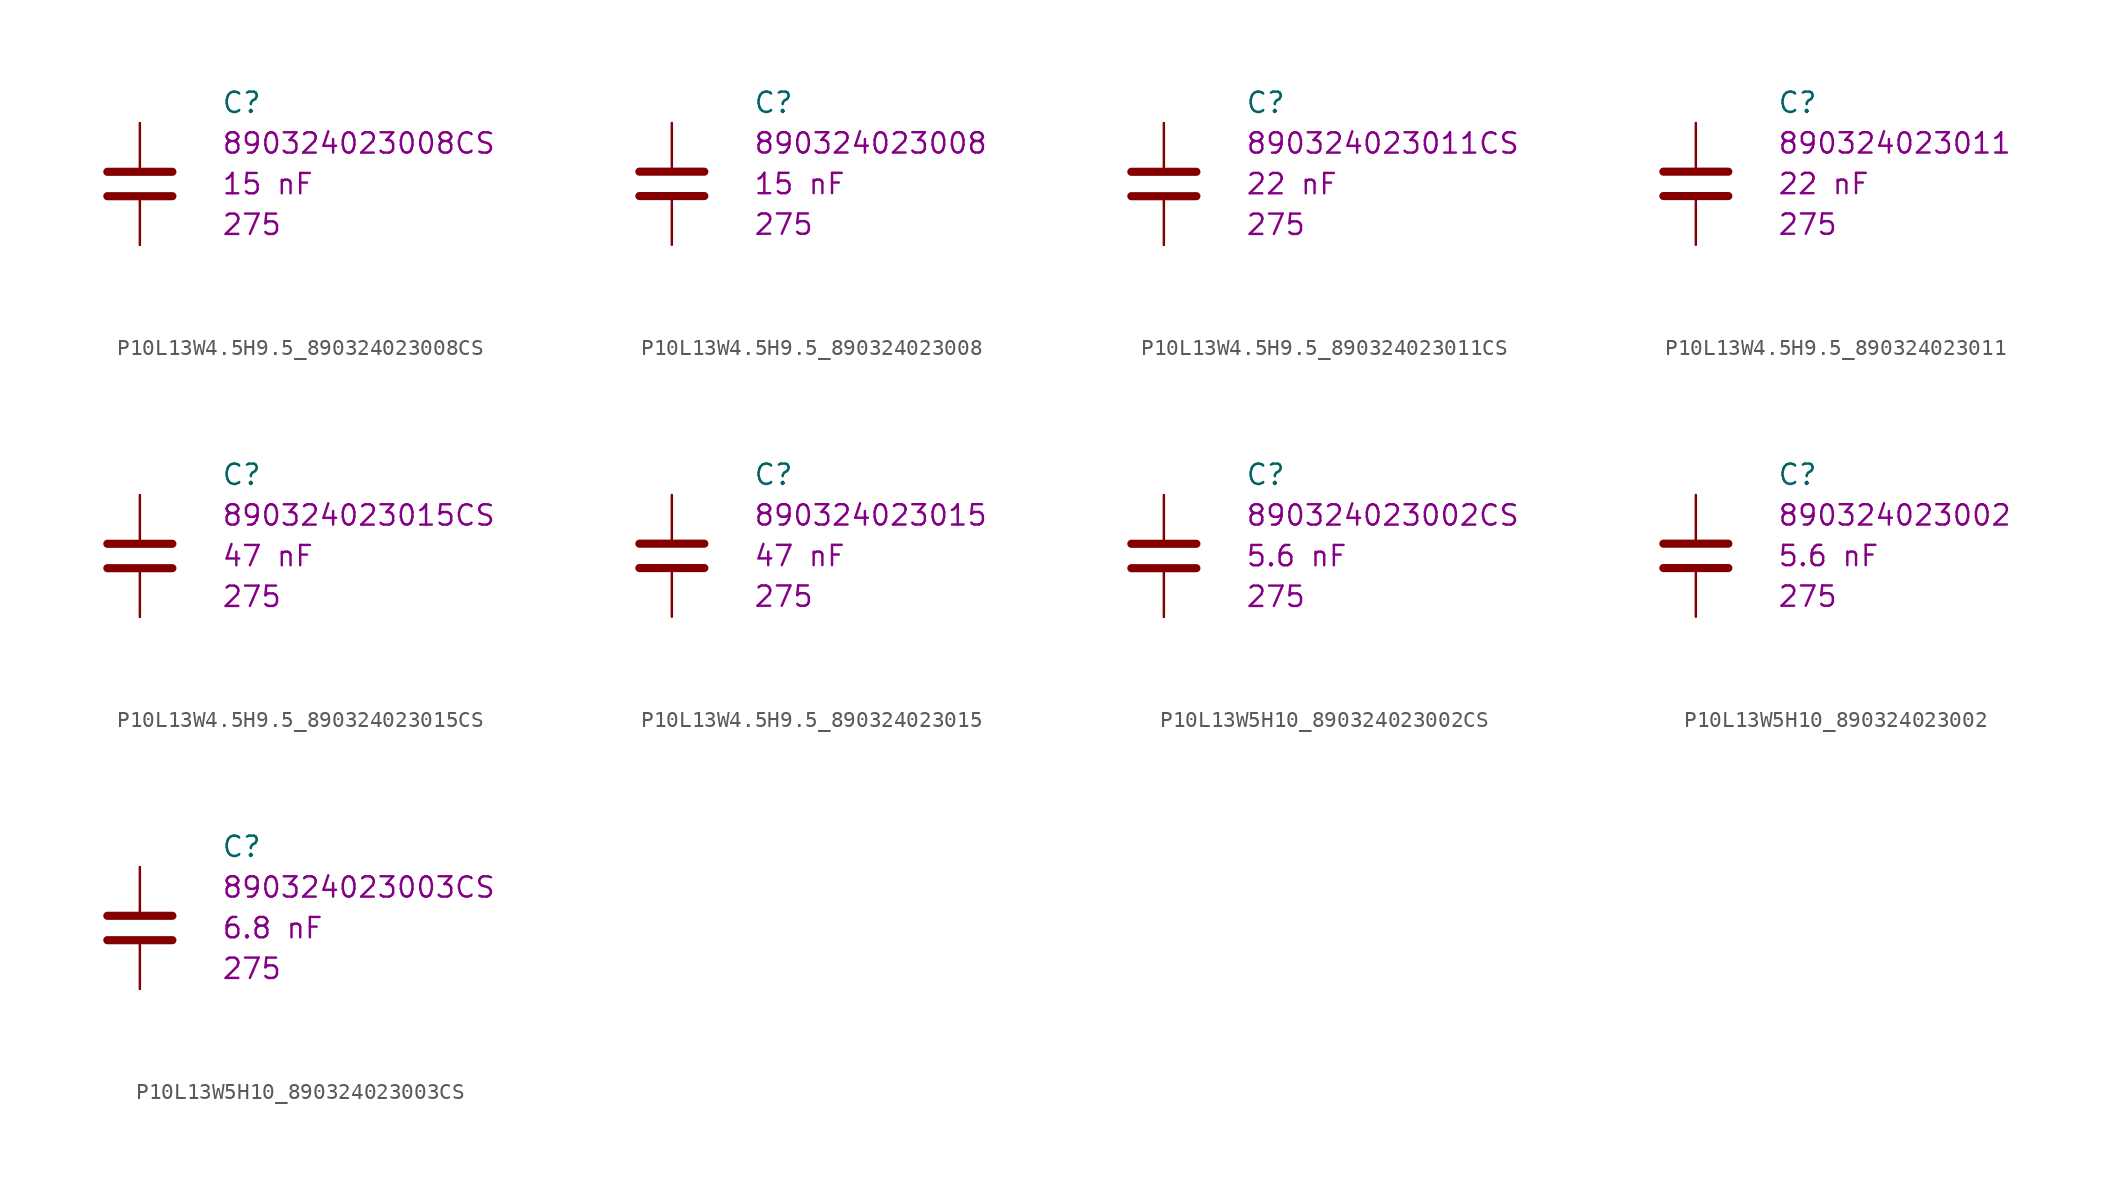
<source format=kicad_sym>
(kicad_symbol_lib
  (version 20220914)
  (generator kicad_symbol_editor)
  (symbol "P10L13W4.5H9.5_890324023008CS"
    (pin_numbers hide)
    (pin_names hide)
    (property "Reference" "C"
      (at 5.08 5.08 0)
      (effects (font (size 1.27 1.27)) (justify left)))
    (property "Part Number" "890324023008CS"
      (at 5.08 2.54 0)
      (effects (font (size 1.27 1.27)) (justify left)))
    (property "Capacitance" "15 nF"
      (at 5.08 0 0)
      (effects (font (size 1.27 1.27)) (justify left)))
    (property "Voltage" "275"
      (at 5.08 -2.54 0)
      (effects (font (size 1.27 1.27)) (justify left)))
    (property "Critical Parameter" ""
      (at 0 -7.62 0)
      (effects (font (size 1.27 1.27))))
    (symbol "P10L13W4.5H9.5_890324023008CS_0_1"
      (polyline (pts (xy -2.032 -0.762) (xy 2.032 -0.762)) (stroke (width 0.508) (type default)) (fill (type none)))
      (polyline (pts (xy -2.032 0.762) (xy 2.032 0.762)) (stroke (width 0.508) (type default)) (fill (type none))))
    (symbol "P10L13W4.5H9.5_890324023008CS_1_1"
      (pin passive line (at 0 3.81 270) (length 2.794) (name "1" (effects (font (size 1.27 1.27)))) (number "1" (effects (font (size 1.27 1.27)))))
      (pin passive line (at 0 -3.81 90) (length 2.794) (name "2" (effects (font (size 1.27 1.27)))) (number "2" (effects (font (size 1.27 1.27)))))))
  (symbol "P10L13W4.5H9.5_890324023008"
    (pin_numbers hide)
    (pin_names hide)
    (property "Reference" "C"
      (at 5.08 5.08 0)
      (effects (font (size 1.27 1.27)) (justify left)))
    (property "Part Number" "890324023008"
      (at 5.08 2.54 0)
      (effects (font (size 1.27 1.27)) (justify left)))
    (property "Capacitance" "15 nF"
      (at 5.08 0 0)
      (effects (font (size 1.27 1.27)) (justify left)))
    (property "Voltage" "275"
      (at 5.08 -2.54 0)
      (effects (font (size 1.27 1.27)) (justify left)))
    (property "Critical Parameter" ""
      (at 0 -7.62 0)
      (effects (font (size 1.27 1.27))))
    (symbol "P10L13W4.5H9.5_890324023008_0_1"
      (polyline (pts (xy -2.032 -0.762) (xy 2.032 -0.762)) (stroke (width 0.508) (type default)) (fill (type none)))
      (polyline (pts (xy -2.032 0.762) (xy 2.032 0.762)) (stroke (width 0.508) (type default)) (fill (type none))))
    (symbol "P10L13W4.5H9.5_890324023008_1_1"
      (pin passive line (at 0 3.81 270) (length 2.794) (name "1" (effects (font (size 1.27 1.27)))) (number "1" (effects (font (size 1.27 1.27)))))
      (pin passive line (at 0 -3.81 90) (length 2.794) (name "2" (effects (font (size 1.27 1.27)))) (number "2" (effects (font (size 1.27 1.27)))))))
  (symbol "P10L13W4.5H9.5_890324023011CS"
    (pin_numbers hide)
    (pin_names hide)
    (property "Reference" "C"
      (at 5.08 5.08 0)
      (effects (font (size 1.27 1.27)) (justify left)))
    (property "Part Number" "890324023011CS"
      (at 5.08 2.54 0)
      (effects (font (size 1.27 1.27)) (justify left)))
    (property "Capacitance" "22 nF"
      (at 5.08 0 0)
      (effects (font (size 1.27 1.27)) (justify left)))
    (property "Voltage" "275"
      (at 5.08 -2.54 0)
      (effects (font (size 1.27 1.27)) (justify left)))
    (property "Critical Parameter" ""
      (at 0 -7.62 0)
      (effects (font (size 1.27 1.27))))
    (symbol "P10L13W4.5H9.5_890324023011CS_0_1"
      (polyline (pts (xy -2.032 -0.762) (xy 2.032 -0.762)) (stroke (width 0.508) (type default)) (fill (type none)))
      (polyline (pts (xy -2.032 0.762) (xy 2.032 0.762)) (stroke (width 0.508) (type default)) (fill (type none))))
    (symbol "P10L13W4.5H9.5_890324023011CS_1_1"
      (pin passive line (at 0 3.81 270) (length 2.794) (name "1" (effects (font (size 1.27 1.27)))) (number "1" (effects (font (size 1.27 1.27)))))
      (pin passive line (at 0 -3.81 90) (length 2.794) (name "2" (effects (font (size 1.27 1.27)))) (number "2" (effects (font (size 1.27 1.27)))))))
  (symbol "P10L13W4.5H9.5_890324023011"
    (pin_numbers hide)
    (pin_names hide)
    (property "Reference" "C"
      (at 5.08 5.08 0)
      (effects (font (size 1.27 1.27)) (justify left)))
    (property "Part Number" "890324023011"
      (at 5.08 2.54 0)
      (effects (font (size 1.27 1.27)) (justify left)))
    (property "Capacitance" "22 nF"
      (at 5.08 0 0)
      (effects (font (size 1.27 1.27)) (justify left)))
    (property "Voltage" "275"
      (at 5.08 -2.54 0)
      (effects (font (size 1.27 1.27)) (justify left)))
    (property "Critical Parameter" ""
      (at 0 -7.62 0)
      (effects (font (size 1.27 1.27))))
    (symbol "P10L13W4.5H9.5_890324023011_0_1"
      (polyline (pts (xy -2.032 -0.762) (xy 2.032 -0.762)) (stroke (width 0.508) (type default)) (fill (type none)))
      (polyline (pts (xy -2.032 0.762) (xy 2.032 0.762)) (stroke (width 0.508) (type default)) (fill (type none))))
    (symbol "P10L13W4.5H9.5_890324023011_1_1"
      (pin passive line (at 0 3.81 270) (length 2.794) (name "1" (effects (font (size 1.27 1.27)))) (number "1" (effects (font (size 1.27 1.27)))))
      (pin passive line (at 0 -3.81 90) (length 2.794) (name "2" (effects (font (size 1.27 1.27)))) (number "2" (effects (font (size 1.27 1.27)))))))
  (symbol "P10L13W4.5H9.5_890324023015CS"
    (pin_numbers hide)
    (pin_names hide)
    (property "Reference" "C"
      (at 5.08 5.08 0)
      (effects (font (size 1.27 1.27)) (justify left)))
    (property "Part Number" "890324023015CS"
      (at 5.08 2.54 0)
      (effects (font (size 1.27 1.27)) (justify left)))
    (property "Capacitance" "47 nF"
      (at 5.08 0 0)
      (effects (font (size 1.27 1.27)) (justify left)))
    (property "Voltage" "275"
      (at 5.08 -2.54 0)
      (effects (font (size 1.27 1.27)) (justify left)))
    (property "Critical Parameter" ""
      (at 0 -7.62 0)
      (effects (font (size 1.27 1.27))))
    (symbol "P10L13W4.5H9.5_890324023015CS_0_1"
      (polyline (pts (xy -2.032 -0.762) (xy 2.032 -0.762)) (stroke (width 0.508) (type default)) (fill (type none)))
      (polyline (pts (xy -2.032 0.762) (xy 2.032 0.762)) (stroke (width 0.508) (type default)) (fill (type none))))
    (symbol "P10L13W4.5H9.5_890324023015CS_1_1"
      (pin passive line (at 0 3.81 270) (length 2.794) (name "1" (effects (font (size 1.27 1.27)))) (number "1" (effects (font (size 1.27 1.27)))))
      (pin passive line (at 0 -3.81 90) (length 2.794) (name "2" (effects (font (size 1.27 1.27)))) (number "2" (effects (font (size 1.27 1.27)))))))
  (symbol "P10L13W4.5H9.5_890324023015"
    (pin_numbers hide)
    (pin_names hide)
    (property "Reference" "C"
      (at 5.08 5.08 0)
      (effects (font (size 1.27 1.27)) (justify left)))
    (property "Part Number" "890324023015"
      (at 5.08 2.54 0)
      (effects (font (size 1.27 1.27)) (justify left)))
    (property "Capacitance" "47 nF"
      (at 5.08 0 0)
      (effects (font (size 1.27 1.27)) (justify left)))
    (property "Voltage" "275"
      (at 5.08 -2.54 0)
      (effects (font (size 1.27 1.27)) (justify left)))
    (property "Critical Parameter" ""
      (at 0 -7.62 0)
      (effects (font (size 1.27 1.27))))
    (symbol "P10L13W4.5H9.5_890324023015_0_1"
      (polyline (pts (xy -2.032 -0.762) (xy 2.032 -0.762)) (stroke (width 0.508) (type default)) (fill (type none)))
      (polyline (pts (xy -2.032 0.762) (xy 2.032 0.762)) (stroke (width 0.508) (type default)) (fill (type none))))
    (symbol "P10L13W4.5H9.5_890324023015_1_1"
      (pin passive line (at 0 3.81 270) (length 2.794) (name "1" (effects (font (size 1.27 1.27)))) (number "1" (effects (font (size 1.27 1.27)))))
      (pin passive line (at 0 -3.81 90) (length 2.794) (name "2" (effects (font (size 1.27 1.27)))) (number "2" (effects (font (size 1.27 1.27)))))))
  (symbol "P10L13W5H10_890324023002CS"
    (pin_numbers hide)
    (pin_names hide)
    (property "Reference" "C"
      (at 5.08 5.08 0)
      (effects (font (size 1.27 1.27)) (justify left)))
    (property "Part Number" "890324023002CS"
      (at 5.08 2.54 0)
      (effects (font (size 1.27 1.27)) (justify left)))
    (property "Capacitance" "5.6 nF"
      (at 5.08 0 0)
      (effects (font (size 1.27 1.27)) (justify left)))
    (property "Voltage" "275"
      (at 5.08 -2.54 0)
      (effects (font (size 1.27 1.27)) (justify left)))
    (property "Critical Parameter" ""
      (at 0 -7.62 0)
      (effects (font (size 1.27 1.27))))
    (symbol "P10L13W5H10_890324023002CS_0_1"
      (polyline (pts (xy -2.032 -0.762) (xy 2.032 -0.762)) (stroke (width 0.508) (type default)) (fill (type none)))
      (polyline (pts (xy -2.032 0.762) (xy 2.032 0.762)) (stroke (width 0.508) (type default)) (fill (type none))))
    (symbol "P10L13W5H10_890324023002CS_1_1"
      (pin passive line (at 0 3.81 270) (length 2.794) (name "1" (effects (font (size 1.27 1.27)))) (number "1" (effects (font (size 1.27 1.27)))))
      (pin passive line (at 0 -3.81 90) (length 2.794) (name "2" (effects (font (size 1.27 1.27)))) (number "2" (effects (font (size 1.27 1.27)))))))
  (symbol "P10L13W5H10_890324023002"
    (pin_numbers hide)
    (pin_names hide)
    (property "Reference" "C"
      (at 5.08 5.08 0)
      (effects (font (size 1.27 1.27)) (justify left)))
    (property "Part Number" "890324023002"
      (at 5.08 2.54 0)
      (effects (font (size 1.27 1.27)) (justify left)))
    (property "Capacitance" "5.6 nF"
      (at 5.08 0 0)
      (effects (font (size 1.27 1.27)) (justify left)))
    (property "Voltage" "275"
      (at 5.08 -2.54 0)
      (effects (font (size 1.27 1.27)) (justify left)))
    (property "Critical Parameter" ""
      (at 0 -7.62 0)
      (effects (font (size 1.27 1.27))))
    (symbol "P10L13W5H10_890324023002_0_1"
      (polyline (pts (xy -2.032 -0.762) (xy 2.032 -0.762)) (stroke (width 0.508) (type default)) (fill (type none)))
      (polyline (pts (xy -2.032 0.762) (xy 2.032 0.762)) (stroke (width 0.508) (type default)) (fill (type none))))
    (symbol "P10L13W5H10_890324023002_1_1"
      (pin passive line (at 0 3.81 270) (length 2.794) (name "1" (effects (font (size 1.27 1.27)))) (number "1" (effects (font (size 1.27 1.27)))))
      (pin passive line (at 0 -3.81 90) (length 2.794) (name "2" (effects (font (size 1.27 1.27)))) (number "2" (effects (font (size 1.27 1.27)))))))
  (symbol "P10L13W5H10_890324023003CS"
    (pin_numbers hide)
    (pin_names hide)
    (property "Reference" "C"
      (at 5.08 5.08 0)
      (effects (font (size 1.27 1.27)) (justify left)))
    (property "Part Number" "890324023003CS"
      (at 5.08 2.54 0)
      (effects (font (size 1.27 1.27)) (justify left)))
    (property "Capacitance" "6.8 nF"
      (at 5.08 0 0)
      (effects (font (size 1.27 1.27)) (justify left)))
    (property "Voltage" "275"
      (at 5.08 -2.54 0)
      (effects (font (size 1.27 1.27)) (justify left)))
    (property "Critical Parameter" ""
      (at 0 -7.62 0)
      (effects (font (size 1.27 1.27))))
    (symbol "P10L13W5H10_890324023003CS_0_1"
      (polyline (pts (xy -2.032 -0.762) (xy 2.032 -0.762)) (stroke (width 0.508) (type default)) (fill (type none)))
      (polyline (pts (xy -2.032 0.762) (xy 2.032 0.762)) (stroke (width 0.508) (type default)) (fill (type none))))
    (symbol "P10L13W5H10_890324023003CS_1_1"
      (pin passive line (at 0 3.81 270) (length 2.794) (name "1" (effects (font (size 1.27 1.27)))) (number "1" (effects (font (size 1.27 1.27)))))
      (pin passive line (at 0 -3.81 90) (length 2.794) (name "2" (effects (font (size 1.27 1.27)))) (number "2" (effects (font (size 1.27 1.27))))))))
</source>
